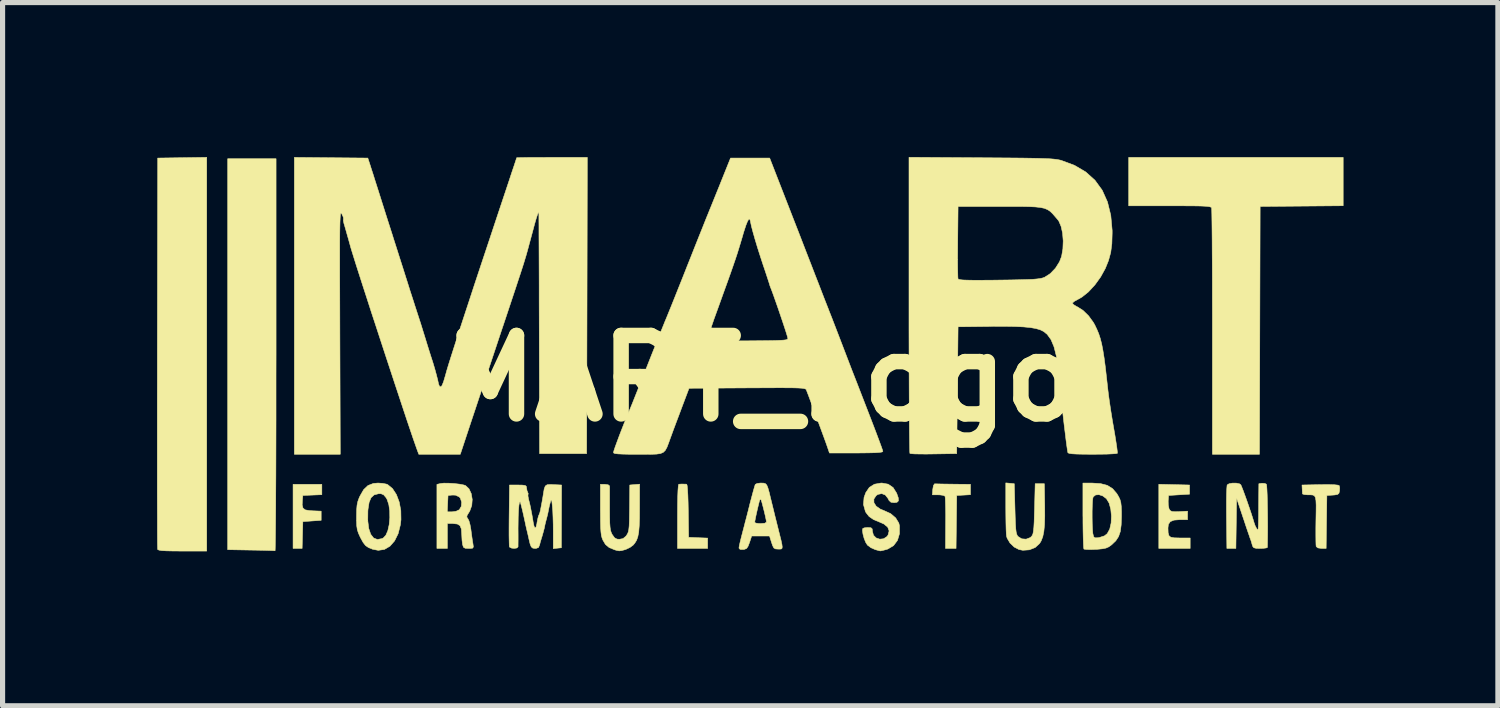
<source format=kicad_pcb>
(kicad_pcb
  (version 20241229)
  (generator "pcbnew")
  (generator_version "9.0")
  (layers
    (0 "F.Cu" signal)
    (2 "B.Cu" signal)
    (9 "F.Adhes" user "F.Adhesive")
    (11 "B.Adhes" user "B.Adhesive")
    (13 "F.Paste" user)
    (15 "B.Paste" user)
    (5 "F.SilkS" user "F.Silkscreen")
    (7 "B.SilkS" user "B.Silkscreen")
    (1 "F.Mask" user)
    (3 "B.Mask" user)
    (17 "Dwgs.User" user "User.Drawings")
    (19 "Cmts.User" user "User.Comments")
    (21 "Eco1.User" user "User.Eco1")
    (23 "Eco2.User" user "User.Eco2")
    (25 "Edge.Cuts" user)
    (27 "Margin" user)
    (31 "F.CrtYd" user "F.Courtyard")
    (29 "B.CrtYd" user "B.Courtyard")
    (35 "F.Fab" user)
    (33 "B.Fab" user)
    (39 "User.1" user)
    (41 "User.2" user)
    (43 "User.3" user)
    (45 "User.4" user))
  (footprint "MART_Logo"
    (layer "F.Cu")
    (at 11.735 4.3)
    (property "Reference" "MART_Logo" (at 0 0 0) (layer "F.SilkS") (effects (font (size 1.524 1.524) (thickness 0.3))))
    (attr through_hole)
    (fp_poly (pts (xy -8.534 2.258) (xy -8.903 2.273) (xy -8.911 2.359) (xy -8.916 2.458) (xy -8.9 2.519) (xy -8.856 2.553) (xy -8.775 2.567) (xy -8.718 2.571) (xy -8.547 2.578) (xy -8.547 2.756) (xy -8.903 2.781) (xy -8.917 3.302) (xy -9.093 3.302) (xy -9.093 2.057) (xy -8.534 2.057) (xy -8.534 2.258)) (stroke (width 0.01) (type solid)) (fill yes) (layer "F.SilkS"))
    (fp_poly (pts (xy -1.469 2.053) (xy -1.448 2.055) (xy -1.439 2.08) (xy -1.432 2.152) (xy -1.425 2.264) (xy -1.42 2.413) (xy -1.417 2.572) (xy -1.41 3.086) (xy -1.226 3.094) (xy -1.041 3.101) (xy -1.041 3.302) (xy -1.626 3.302) (xy -1.626 2.68) (xy -1.625 2.469) (xy -1.622 2.299) (xy -1.617 2.171) (xy -1.61 2.089) (xy -1.602 2.055) (xy -1.6 2.055) (xy -1.555 2.052) (xy -1.524 2.052) (xy -1.469 2.053)) (stroke (width 0.01) (type solid)) (fill yes) (layer "F.SilkS"))
    (fp_poly (pts (xy -9.423 -0.457) (xy -9.424 -0.022) (xy -9.424 0.4) (xy -9.424 0.804) (xy -9.425 1.189) (xy -9.426 1.552) (xy -9.427 1.889) (xy -9.429 2.198) (xy -9.43 2.476) (xy -9.432 2.721) (xy -9.434 2.93) (xy -9.436 3.099) (xy -9.438 3.227) (xy -9.44 3.31) (xy -9.442 3.346) (xy -9.442 3.347) (xy -9.473 3.345) (xy -9.546 3.342) (xy -9.652 3.339) (xy -9.784 3.336) (xy -9.912 3.334) (xy -10.363 3.326) (xy -10.363 -4.267) (xy -9.423 -4.267) (xy -9.423 -0.457)) (stroke (width 0.01) (type solid)) (fill yes) (layer "F.SilkS"))
    (fp_poly (pts (xy -10.77 3.353) (xy -11.24 3.353) (xy -11.418 3.352) (xy -11.55 3.349) (xy -11.641 3.344) (xy -11.696 3.335) (xy -11.721 3.324) (xy -11.723 3.321) (xy -11.724 3.292) (xy -11.726 3.216) (xy -11.727 3.094) (xy -11.728 2.93) (xy -11.728 2.726) (xy -11.729 2.486) (xy -11.73 2.212) (xy -11.73 1.906) (xy -11.73 1.573) (xy -11.73 1.214) (xy -11.73 0.832) (xy -11.73 0.43) (xy -11.729 0.012) (xy -11.729 -0.421) (xy -11.729 -0.495) (xy -11.722 -4.28) (xy -11.246 -4.287) (xy -10.77 -4.294) (xy -10.77 3.353)) (stroke (width 0.01) (type solid)) (fill yes) (layer "F.SilkS"))
    (fp_poly (pts (xy 3.408 2.048) (xy 3.484 2.05) (xy 3.59 2.052) (xy 3.715 2.053) (xy 3.734 2.054) (xy 4.064 2.057) (xy 4.064 2.258) (xy 3.931 2.266) (xy 3.797 2.273) (xy 3.784 3.302) (xy 3.579 3.302) (xy 3.582 2.808) (xy 3.583 2.653) (xy 3.581 2.516) (xy 3.578 2.404) (xy 3.575 2.325) (xy 3.57 2.288) (xy 3.569 2.287) (xy 3.536 2.271) (xy 3.471 2.262) (xy 3.439 2.261) (xy 3.324 2.261) (xy 3.332 2.153) (xy 3.345 2.08) (xy 3.366 2.048) (xy 3.372 2.047) (xy 3.408 2.048)) (stroke (width 0.01) (type solid)) (fill yes) (layer "F.SilkS"))
    (fp_poly (pts (xy 8.02 2.063) (xy 8.319 2.07) (xy 8.319 2.248) (xy 7.912 2.273) (xy 7.904 2.38) (xy 7.906 2.461) (xy 7.92 2.529) (xy 7.925 2.541) (xy 7.947 2.57) (xy 7.98 2.585) (xy 8.039 2.589) (xy 8.117 2.587) (xy 8.281 2.578) (xy 8.28 2.743) (xy 8.13 2.743) (xy 8.017 2.752) (xy 7.945 2.781) (xy 7.908 2.835) (xy 7.9 2.904) (xy 7.903 2.996) (xy 7.918 3.053) (xy 7.954 3.084) (xy 8.022 3.096) (xy 8.131 3.099) (xy 8.131 3.099) (xy 8.331 3.099) (xy 8.331 3.302) (xy 7.722 3.302) (xy 7.722 2.056) (xy 8.02 2.063)) (stroke (width 0.01) (type solid)) (fill yes) (layer "F.SilkS"))
    (fp_poly (pts (xy 11.303 -3.354) (xy 9.69 -3.34) (xy 9.677 1.473) (xy 8.763 1.473) (xy 8.763 -0.9) (xy 8.763 -1.243) (xy 8.762 -1.572) (xy 8.762 -1.884) (xy 8.761 -2.175) (xy 8.759 -2.44) (xy 8.758 -2.677) (xy 8.756 -2.882) (xy 8.754 -3.052) (xy 8.752 -3.182) (xy 8.75 -3.269) (xy 8.748 -3.31) (xy 8.748 -3.313) (xy 8.738 -3.324) (xy 8.717 -3.333) (xy 8.679 -3.34) (xy 8.618 -3.345) (xy 8.53 -3.349) (xy 8.409 -3.351) (xy 8.25 -3.352) (xy 8.048 -3.353) (xy 7.935 -3.353) (xy 7.137 -3.353) (xy 7.137 -4.293) (xy 11.303 -4.293) (xy 11.303 -3.354)) (stroke (width 0.01) (type solid)) (fill yes) (layer "F.SilkS"))
    (fp_poly (pts (xy 11.133 2.065) (xy 11.204 2.073) (xy 11.227 2.083) (xy 11.235 2.125) (xy 11.232 2.184) (xy 11.221 2.23) (xy 11.195 2.253) (xy 11.139 2.263) (xy 11.103 2.266) (xy 10.986 2.273) (xy 10.972 3.302) (xy 10.883 3.302) (xy 10.813 3.292) (xy 10.779 3.266) (xy 10.775 3.23) (xy 10.773 3.152) (xy 10.772 3.04) (xy 10.772 2.904) (xy 10.774 2.758) (xy 10.777 2.587) (xy 10.778 2.461) (xy 10.774 2.372) (xy 10.764 2.314) (xy 10.745 2.281) (xy 10.715 2.265) (xy 10.673 2.261) (xy 10.616 2.261) (xy 10.615 2.261) (xy 10.552 2.256) (xy 10.516 2.245) (xy 10.513 2.242) (xy 10.51 2.205) (xy 10.507 2.146) (xy 10.503 2.07) (xy 10.857 2.063) (xy 11.016 2.062) (xy 11.133 2.065)) (stroke (width 0.01) (type solid)) (fill yes) (layer "F.SilkS"))
    (fp_poly (pts (xy 4.832 2.037) (xy 4.915 2.045) (xy 4.928 2.531) (xy 4.933 2.702) (xy 4.938 2.831) (xy 4.944 2.923) (xy 4.952 2.986) (xy 4.963 3.028) (xy 4.977 3.057) (xy 4.989 3.071) (xy 5.059 3.115) (xy 5.144 3.122) (xy 5.223 3.092) (xy 5.248 3.071) (xy 5.265 3.047) (xy 5.278 3.014) (xy 5.287 2.965) (xy 5.295 2.892) (xy 5.301 2.787) (xy 5.305 2.644) (xy 5.309 2.531) (xy 5.321 2.045) (xy 5.499 2.045) (xy 5.506 2.464) (xy 5.507 2.675) (xy 5.502 2.842) (xy 5.489 2.973) (xy 5.468 3.075) (xy 5.437 3.155) (xy 5.407 3.205) (xy 5.321 3.284) (xy 5.208 3.329) (xy 5.081 3.338) (xy 5.005 3.323) (xy 4.913 3.275) (xy 4.831 3.196) (xy 4.776 3.102) (xy 4.765 3.065) (xy 4.76 3.017) (xy 4.756 2.927) (xy 4.753 2.805) (xy 4.751 2.661) (xy 4.75 2.51) (xy 4.75 2.029) (xy 4.832 2.037)) (stroke (width 0.01) (type solid)) (fill yes) (layer "F.SilkS"))
    (fp_poly (pts (xy -2.363 2.519) (xy -2.364 2.716) (xy -2.37 2.868) (xy -2.38 2.986) (xy -2.397 3.075) (xy -2.421 3.143) (xy -2.455 3.198) (xy -2.485 3.235) (xy -2.548 3.282) (xy -2.628 3.32) (xy -2.639 3.324) (xy -2.711 3.344) (xy -2.759 3.349) (xy -2.809 3.34) (xy -2.846 3.329) (xy -2.953 3.285) (xy -3.025 3.225) (xy -3.075 3.141) (xy -3.092 3.098) (xy -3.105 3.048) (xy -3.113 2.984) (xy -3.119 2.897) (xy -3.122 2.779) (xy -3.123 2.622) (xy -3.124 2.546) (xy -3.124 2.057) (xy -3.035 2.057) (xy -2.972 2.066) (xy -2.946 2.088) (xy -2.946 2.089) (xy -2.945 2.124) (xy -2.945 2.201) (xy -2.945 2.31) (xy -2.945 2.441) (xy -2.945 2.534) (xy -2.944 2.691) (xy -2.942 2.806) (xy -2.936 2.889) (xy -2.928 2.947) (xy -2.914 2.991) (xy -2.896 3.03) (xy -2.892 3.035) (xy -2.848 3.096) (xy -2.8 3.121) (xy -2.755 3.124) (xy -2.684 3.111) (xy -2.629 3.065) (xy -2.616 3.048) (xy -2.597 3.017) (xy -2.582 2.982) (xy -2.572 2.934) (xy -2.565 2.865) (xy -2.561 2.767) (xy -2.559 2.632) (xy -2.557 2.521) (xy -2.553 2.07) (xy -2.457 2.062) (xy -2.362 2.054) (xy -2.363 2.519)) (stroke (width 0.01) (type solid)) (fill yes) (layer "F.SilkS"))
    (fp_poly (pts (xy -7.356 2.038) (xy -7.282 2.052) (xy -7.257 2.061) (xy -7.162 2.139) (xy -7.086 2.255) (xy -7.031 2.401) (xy -7 2.567) (xy -6.997 2.743) (xy -7.008 2.841) (xy -7.052 3.015) (xy -7.121 3.155) (xy -7.211 3.258) (xy -7.318 3.321) (xy -7.438 3.339) (xy -7.55 3.317) (xy -7.63 3.284) (xy -7.686 3.245) (xy -7.732 3.186) (xy -7.782 3.095) (xy -7.791 3.077) (xy -7.824 3.004) (xy -7.845 2.939) (xy -7.856 2.866) (xy -7.86 2.769) (xy -7.86 2.762) (xy -7.642 2.762) (xy -7.623 2.914) (xy -7.585 3.027) (xy -7.528 3.1) (xy -7.455 3.128) (xy -7.366 3.111) (xy -7.341 3.099) (xy -7.291 3.046) (xy -7.252 2.956) (xy -7.226 2.839) (xy -7.214 2.709) (xy -7.216 2.576) (xy -7.233 2.453) (xy -7.266 2.352) (xy -7.287 2.315) (xy -7.334 2.26) (xy -7.383 2.24) (xy -7.436 2.24) (xy -7.519 2.262) (xy -7.578 2.316) (xy -7.616 2.407) (xy -7.637 2.54) (xy -7.64 2.574) (xy -7.642 2.762) (xy -7.86 2.762) (xy -7.86 2.68) (xy -7.858 2.553) (xy -7.85 2.46) (xy -7.834 2.386) (xy -7.807 2.313) (xy -7.793 2.284) (xy -7.722 2.16) (xy -7.638 2.08) (xy -7.535 2.04) (xy -7.443 2.032) (xy -7.356 2.038)) (stroke (width 0.01) (type solid)) (fill yes) (layer "F.SilkS"))
    (fp_poly (pts (xy -6.068 2.035) (xy -5.959 2.042) (xy -5.856 2.054) (xy -5.775 2.07) (xy -5.743 2.081) (xy -5.676 2.144) (xy -5.632 2.238) (xy -5.613 2.351) (xy -5.622 2.467) (xy -5.66 2.573) (xy -5.674 2.597) (xy -5.711 2.656) (xy -5.719 2.692) (xy -5.701 2.721) (xy -5.698 2.724) (xy -5.676 2.767) (xy -5.655 2.844) (xy -5.638 2.94) (xy -5.637 2.949) (xy -5.623 3.055) (xy -5.609 3.152) (xy -5.598 3.219) (xy -5.598 3.219) (xy -5.591 3.272) (xy -5.604 3.296) (xy -5.65 3.302) (xy -5.684 3.302) (xy -5.75 3.298) (xy -5.783 3.279) (xy -5.799 3.232) (xy -5.801 3.223) (xy -5.811 3.145) (xy -5.816 3.052) (xy -5.817 3.03) (xy -5.824 2.925) (xy -5.85 2.86) (xy -5.901 2.828) (xy -5.983 2.819) (xy -6.096 2.819) (xy -6.096 3.302) (xy -6.299 3.302) (xy -6.299 2.591) (xy -6.098 2.591) (xy -6.004 2.591) (xy -5.927 2.58) (xy -5.867 2.552) (xy -5.863 2.549) (xy -5.825 2.484) (xy -5.819 2.403) (xy -5.843 2.328) (xy -5.865 2.301) (xy -5.938 2.267) (xy -5.998 2.265) (xy -6.083 2.273) (xy -6.091 2.432) (xy -6.098 2.591) (xy -6.299 2.591) (xy -6.299 2.058) (xy -6.233 2.042) (xy -6.165 2.034) (xy -6.068 2.035)) (stroke (width 0.01) (type solid)) (fill yes) (layer "F.SilkS"))
    (fp_poly (pts (xy 6.591 2.043) (xy 6.722 2.077) (xy 6.824 2.141) (xy 6.907 2.238) (xy 6.943 2.299) (xy 6.968 2.352) (xy 6.984 2.41) (xy 6.993 2.485) (xy 6.997 2.59) (xy 6.997 2.68) (xy 6.991 2.846) (xy 6.974 2.974) (xy 6.94 3.072) (xy 6.887 3.153) (xy 6.811 3.226) (xy 6.803 3.233) (xy 6.75 3.271) (xy 6.696 3.295) (xy 6.626 3.309) (xy 6.524 3.319) (xy 6.498 3.32) (xy 6.399 3.324) (xy 6.319 3.322) (xy 6.273 3.316) (xy 6.267 3.313) (xy 6.262 3.283) (xy 6.258 3.21) (xy 6.254 3.1) (xy 6.251 2.96) (xy 6.249 2.798) (xy 6.249 2.706) (xy 6.427 2.706) (xy 6.429 2.828) (xy 6.434 2.934) (xy 6.44 3.009) (xy 6.443 3.022) (xy 6.456 3.074) (xy 6.48 3.095) (xy 6.531 3.095) (xy 6.563 3.091) (xy 6.666 3.058) (xy 6.721 3.014) (xy 6.769 2.926) (xy 6.796 2.807) (xy 6.802 2.673) (xy 6.789 2.54) (xy 6.757 2.422) (xy 6.705 2.336) (xy 6.635 2.283) (xy 6.56 2.258) (xy 6.494 2.263) (xy 6.45 2.299) (xy 6.442 2.318) (xy 6.435 2.372) (xy 6.43 2.464) (xy 6.427 2.58) (xy 6.427 2.706) (xy 6.249 2.706) (xy 6.248 2.663) (xy 6.248 2.032) (xy 6.422 2.032) (xy 6.591 2.043)) (stroke (width 0.01) (type solid)) (fill yes) (layer "F.SilkS"))
    (fp_poly (pts (xy 9.228 2.034) (xy 9.289 2.047) (xy 9.314 2.064) (xy 9.33 2.1) (xy 9.359 2.174) (xy 9.396 2.274) (xy 9.437 2.389) (xy 9.478 2.508) (xy 9.516 2.62) (xy 9.546 2.714) (xy 9.566 2.779) (xy 9.57 2.794) (xy 9.595 2.865) (xy 9.618 2.908) (xy 9.631 2.928) (xy 9.641 2.939) (xy 9.648 2.935) (xy 9.653 2.911) (xy 9.656 2.86) (xy 9.658 2.777) (xy 9.66 2.656) (xy 9.661 2.49) (xy 9.661 2.464) (xy 9.665 2.045) (xy 9.725 2.036) (xy 9.782 2.04) (xy 9.811 2.054) (xy 9.817 2.084) (xy 9.822 2.156) (xy 9.827 2.264) (xy 9.83 2.397) (xy 9.833 2.549) (xy 9.835 2.711) (xy 9.836 2.875) (xy 9.835 3.033) (xy 9.833 3.176) (xy 9.831 3.283) (xy 9.807 3.293) (xy 9.748 3.3) (xy 9.693 3.302) (xy 9.613 3.3) (xy 9.569 3.289) (xy 9.547 3.264) (xy 9.536 3.232) (xy 9.52 3.175) (xy 9.509 3.14) (xy 9.495 3.103) (xy 9.493 3.099) (xy 9.481 3.062) (xy 9.455 2.987) (xy 9.419 2.882) (xy 9.378 2.758) (xy 9.356 2.693) (xy 9.233 2.326) (xy 9.226 2.814) (xy 9.219 3.302) (xy 9.044 3.302) (xy 9.037 2.703) (xy 9.036 2.532) (xy 9.036 2.377) (xy 9.038 2.246) (xy 9.042 2.145) (xy 9.047 2.084) (xy 9.05 2.068) (xy 9.088 2.045) (xy 9.154 2.033) (xy 9.228 2.034)) (stroke (width 0.01) (type solid)) (fill yes) (layer "F.SilkS"))
    (fp_poly (pts (xy 2.466 2.054) (xy 2.561 2.119) (xy 2.629 2.227) (xy 2.63 2.228) (xy 2.662 2.32) (xy 2.665 2.378) (xy 2.636 2.406) (xy 2.583 2.413) (xy 2.52 2.405) (xy 2.482 2.37) (xy 2.462 2.33) (xy 2.41 2.264) (xy 2.34 2.237) (xy 2.265 2.253) (xy 2.233 2.275) (xy 2.188 2.342) (xy 2.189 2.413) (xy 2.232 2.481) (xy 2.313 2.538) (xy 2.382 2.566) (xy 2.512 2.625) (xy 2.611 2.709) (xy 2.672 2.809) (xy 2.685 2.862) (xy 2.685 3.016) (xy 2.646 3.146) (xy 2.57 3.247) (xy 2.46 3.313) (xy 2.426 3.324) (xy 2.36 3.341) (xy 2.317 3.35) (xy 2.311 3.35) (xy 2.281 3.343) (xy 2.222 3.327) (xy 2.21 3.323) (xy 2.131 3.288) (xy 2.064 3.238) (xy 2.063 3.237) (xy 2.029 3.184) (xy 1.998 3.106) (xy 1.976 3.023) (xy 1.966 2.953) (xy 1.972 2.915) (xy 2.003 2.902) (xy 2.063 2.896) (xy 2.072 2.896) (xy 2.131 2.9) (xy 2.155 2.922) (xy 2.159 2.968) (xy 2.18 3.046) (xy 2.232 3.098) (xy 2.303 3.122) (xy 2.377 3.114) (xy 2.442 3.071) (xy 2.463 3.042) (xy 2.484 2.961) (xy 2.457 2.889) (xy 2.384 2.828) (xy 2.31 2.795) (xy 2.182 2.742) (xy 2.095 2.682) (xy 2.036 2.607) (xy 2.023 2.583) (xy 1.986 2.45) (xy 1.997 2.311) (xy 2.031 2.218) (xy 2.1 2.116) (xy 2.198 2.055) (xy 2.328 2.032) (xy 2.345 2.032) (xy 2.466 2.054)) (stroke (width 0.01) (type solid)) (fill yes) (layer "F.SilkS"))
    (fp_poly (pts (xy 0.048 2.034) (xy 0.082 2.044) (xy 0.108 2.072) (xy 0.13 2.126) (xy 0.155 2.214) (xy 0.178 2.311) (xy 0.202 2.408) (xy 0.234 2.538) (xy 0.27 2.686) (xy 0.308 2.837) (xy 0.316 2.87) (xy 0.356 3.029) (xy 0.385 3.144) (xy 0.402 3.224) (xy 0.408 3.274) (xy 0.403 3.302) (xy 0.388 3.313) (xy 0.362 3.315) (xy 0.33 3.315) (xy 0.277 3.311) (xy 0.245 3.293) (xy 0.221 3.247) (xy 0.201 3.188) (xy 0.161 3.061) (xy -0.186 3.061) (xy -0.228 3.188) (xy -0.257 3.263) (xy -0.285 3.303) (xy -0.325 3.319) (xy -0.351 3.323) (xy -0.41 3.321) (xy -0.431 3.298) (xy -0.432 3.291) (xy -0.426 3.251) (xy -0.409 3.174) (xy -0.384 3.074) (xy -0.366 3.004) (xy -0.333 2.878) (xy -0.312 2.796) (xy -0.127 2.796) (xy -0.104 2.81) (xy -0.047 2.818) (xy -0.013 2.819) (xy 0.067 2.813) (xy 0.1 2.793) (xy 0.101 2.788) (xy 0.095 2.747) (xy 0.08 2.675) (xy 0.059 2.586) (xy 0.036 2.495) (xy 0.015 2.415) (xy -0.002 2.36) (xy -0.009 2.345) (xy -0.024 2.355) (xy -0.035 2.379) (xy -0.049 2.435) (xy -0.069 2.517) (xy -0.09 2.609) (xy -0.109 2.697) (xy -0.122 2.764) (xy -0.127 2.796) (xy -0.312 2.796) (xy -0.293 2.724) (xy -0.251 2.561) (xy -0.216 2.42) (xy -0.183 2.295) (xy -0.154 2.187) (xy -0.131 2.106) (xy -0.117 2.062) (xy -0.115 2.058) (xy -0.081 2.041) (xy -0.018 2.032) (xy -0.001 2.032) (xy 0.048 2.034)) (stroke (width 0.01) (type solid)) (fill yes) (layer "F.SilkS"))
    (fp_poly (pts (xy -4.032 2.063) (xy -3.878 2.07) (xy -3.88 2.68) (xy -3.882 3.289) (xy -3.96 3.297) (xy -4.039 3.305) (xy -4.039 2.977) (xy -4.04 2.835) (xy -4.044 2.694) (xy -4.049 2.571) (xy -4.056 2.487) (xy -4.065 2.402) (xy -4.073 2.363) (xy -4.082 2.363) (xy -4.094 2.398) (xy -4.095 2.4) (xy -4.117 2.485) (xy -4.131 2.553) (xy -4.146 2.629) (xy -4.168 2.717) (xy -4.172 2.731) (xy -4.19 2.8) (xy -4.202 2.85) (xy -4.203 2.857) (xy -4.214 2.911) (xy -4.235 2.99) (xy -4.258 3.071) (xy -4.267 3.099) (xy -4.29 3.175) (xy -4.304 3.232) (xy -4.326 3.284) (xy -4.372 3.301) (xy -4.392 3.302) (xy -4.437 3.296) (xy -4.467 3.271) (xy -4.489 3.216) (xy -4.511 3.124) (xy -4.521 3.077) (xy -4.538 3.004) (xy -4.546 2.972) (xy -4.565 2.891) (xy -4.58 2.823) (xy -4.583 2.807) (xy -4.611 2.679) (xy -4.637 2.564) (xy -4.66 2.472) (xy -4.676 2.412) (xy -4.683 2.395) (xy -4.695 2.406) (xy -4.706 2.463) (xy -4.714 2.559) (xy -4.72 2.688) (xy -4.722 2.844) (xy -4.723 2.908) (xy -4.722 3.035) (xy -4.722 3.144) (xy -4.723 3.225) (xy -4.723 3.268) (xy -4.723 3.27) (xy -4.745 3.293) (xy -4.794 3.301) (xy -4.848 3.296) (xy -4.886 3.277) (xy -4.891 3.27) (xy -4.894 3.236) (xy -4.896 3.159) (xy -4.898 3.047) (xy -4.898 2.906) (xy -4.897 2.746) (xy -4.896 2.654) (xy -4.889 2.07) (xy -4.724 2.07) (xy -4.635 2.072) (xy -4.585 2.079) (xy -4.564 2.095) (xy -4.559 2.121) (xy -4.549 2.18) (xy -4.538 2.205) (xy -4.525 2.241) (xy -4.529 2.251) (xy -4.531 2.282) (xy -4.52 2.341) (xy -4.516 2.357) (xy -4.496 2.436) (xy -4.481 2.503) (xy -4.48 2.508) (xy -4.466 2.583) (xy -4.458 2.623) (xy -4.447 2.684) (xy -4.433 2.766) (xy -4.43 2.788) (xy -4.412 2.871) (xy -4.393 2.904) (xy -4.374 2.887) (xy -4.357 2.82) (xy -4.355 2.801) (xy -4.34 2.724) (xy -4.325 2.668) (xy -4.318 2.654) (xy -4.302 2.615) (xy -4.285 2.547) (xy -4.282 2.527) (xy -4.267 2.449) (xy -4.255 2.384) (xy -4.254 2.375) (xy -4.243 2.314) (xy -4.231 2.239) (xy -4.215 2.144) (xy -4.194 2.09) (xy -4.158 2.065) (xy -4.094 2.06) (xy -4.032 2.063)) (stroke (width 0.01) (type solid)) (fill yes) (layer "F.SilkS"))
    (fp_poly (pts (xy -7.641 -4.28) (xy -7.595 -4.14) (xy -7.573 -4.07) (xy -7.538 -3.963) (xy -7.496 -3.829) (xy -7.448 -3.679) (xy -7.405 -3.543) (xy -7.348 -3.363) (xy -7.285 -3.164) (xy -7.222 -2.967) (xy -7.165 -2.789) (xy -7.139 -2.705) (xy -7.088 -2.546) (xy -7.028 -2.357) (xy -6.964 -2.157) (xy -6.903 -1.964) (xy -6.872 -1.867) (xy -6.821 -1.704) (xy -6.768 -1.541) (xy -6.72 -1.391) (xy -6.679 -1.265) (xy -6.656 -1.194) (xy -6.613 -1.062) (xy -6.566 -0.91) (xy -6.522 -0.769) (xy -6.516 -0.749) (xy -6.481 -0.635) (xy -6.447 -0.526) (xy -6.42 -0.441) (xy -6.413 -0.419) (xy -6.377 -0.308) (xy -6.341 -0.187) (xy -6.309 -0.07) (xy -6.284 0.028) (xy -6.27 0.095) (xy -6.269 0.102) (xy -6.251 0.149) (xy -6.226 0.165) (xy -6.201 0.14) (xy -6.171 0.067) (xy -6.135 -0.054) (xy -6.129 -0.076) (xy -6.108 -0.152) (xy -6.074 -0.265) (xy -6.026 -0.418) (xy -5.964 -0.612) (xy -5.889 -0.846) (xy -5.799 -1.122) (xy -5.694 -1.441) (xy -5.575 -1.804) (xy -5.44 -2.211) (xy -5.289 -2.664) (xy -5.123 -3.164) (xy -5.013 -3.493) (xy -4.95 -3.682) (xy -4.892 -3.856) (xy -4.842 -4.008) (xy -4.8 -4.132) (xy -4.77 -4.223) (xy -4.753 -4.276) (xy -4.75 -4.286) (xy -4.726 -4.288) (xy -4.657 -4.289) (xy -4.551 -4.291) (xy -4.413 -4.292) (xy -4.251 -4.292) (xy -4.071 -4.293) (xy -3.378 -4.293) (xy -3.384 -1.416) (xy -3.391 1.46) (xy -4.305 1.46) (xy -4.311 -0.838) (xy -4.312 -1.177) (xy -4.313 -1.502) (xy -4.313 -1.809) (xy -4.314 -2.096) (xy -4.315 -2.358) (xy -4.316 -2.591) (xy -4.317 -2.792) (xy -4.317 -2.957) (xy -4.318 -3.083) (xy -4.318 -3.165) (xy -4.319 -3.2) (xy -4.319 -3.2) (xy -4.322 -3.223) (xy -4.332 -3.216) (xy -4.347 -3.178) (xy -4.371 -3.104) (xy -4.404 -2.99) (xy -4.446 -2.833) (xy -4.484 -2.692) (xy -4.507 -2.607) (xy -4.527 -2.532) (xy -4.546 -2.463) (xy -4.565 -2.395) (xy -4.587 -2.323) (xy -4.611 -2.243) (xy -4.641 -2.149) (xy -4.677 -2.038) (xy -4.721 -1.905) (xy -4.774 -1.744) (xy -4.838 -1.552) (xy -4.914 -1.323) (xy -5.004 -1.053) (xy -5.055 -0.902) (xy -5.141 -0.643) (xy -5.23 -0.376) (xy -5.319 -0.109) (xy -5.405 0.149) (xy -5.485 0.389) (xy -5.556 0.603) (xy -5.616 0.782) (xy -5.641 0.857) (xy -5.845 1.473) (xy -6.651 1.473) (xy -6.691 1.365) (xy -6.719 1.285) (xy -6.762 1.163) (xy -6.816 1.003) (xy -6.881 0.811) (xy -6.954 0.591) (xy -7.034 0.349) (xy -7.12 0.09) (xy -7.209 -0.181) (xy -7.301 -0.46) (xy -7.393 -0.741) (xy -7.484 -1.02) (xy -7.573 -1.29) (xy -7.656 -1.548) (xy -7.734 -1.788) (xy -7.804 -2.006) (xy -7.865 -2.196) (xy -7.914 -2.353) (xy -7.951 -2.472) (xy -7.974 -2.548) (xy -7.975 -2.553) (xy -8.013 -2.69) (xy -8.049 -2.816) (xy -8.078 -2.919) (xy -8.098 -2.988) (xy -8.104 -3.006) (xy -8.117 -3.065) (xy -8.114 -3.1) (xy -8.118 -3.134) (xy -8.143 -3.188) (xy -8.146 -3.195) (xy -8.154 -3.206) (xy -8.161 -3.21) (xy -8.167 -3.205) (xy -8.172 -3.187) (xy -8.176 -3.154) (xy -8.179 -3.102) (xy -8.182 -3.029) (xy -8.184 -2.932) (xy -8.186 -2.808) (xy -8.187 -2.653) (xy -8.187 -2.466) (xy -8.187 -2.243) (xy -8.187 -1.98) (xy -8.186 -1.676) (xy -8.185 -1.328) (xy -8.184 -0.931) (xy -8.184 -0.898) (xy -8.176 1.473) (xy -9.068 1.473) (xy -9.068 -4.293) (xy -7.641 -4.28)) (stroke (width 0.01) (type solid)) (fill yes) (layer "F.SilkS"))
    (fp_poly (pts (xy 4.274 -4.286) (xy 4.582 -4.284) (xy 4.843 -4.282) (xy 5.062 -4.28) (xy 5.244 -4.277) (xy 5.392 -4.274) (xy 5.511 -4.27) (xy 5.606 -4.266) (xy 5.68 -4.26) (xy 5.738 -4.253) (xy 5.784 -4.245) (xy 5.823 -4.236) (xy 5.829 -4.234) (xy 6.086 -4.138) (xy 6.303 -4.01) (xy 6.482 -3.849) (xy 6.623 -3.655) (xy 6.725 -3.428) (xy 6.789 -3.168) (xy 6.816 -2.874) (xy 6.816 -2.819) (xy 6.81 -2.617) (xy 6.788 -2.447) (xy 6.745 -2.29) (xy 6.683 -2.136) (xy 6.592 -1.971) (xy 6.48 -1.816) (xy 6.356 -1.682) (xy 6.229 -1.58) (xy 6.146 -1.533) (xy 6.085 -1.5) (xy 6.049 -1.47) (xy 6.045 -1.46) (xy 6.066 -1.434) (xy 6.119 -1.4) (xy 6.143 -1.389) (xy 6.25 -1.321) (xy 6.357 -1.217) (xy 6.448 -1.092) (xy 6.478 -1.04) (xy 6.519 -0.954) (xy 6.555 -0.868) (xy 6.585 -0.776) (xy 6.612 -0.671) (xy 6.636 -0.547) (xy 6.66 -0.398) (xy 6.684 -0.216) (xy 6.709 0.005) (xy 6.734 0.23) (xy 6.747 0.335) (xy 6.767 0.478) (xy 6.792 0.642) (xy 6.82 0.816) (xy 6.844 0.954) (xy 6.87 1.104) (xy 6.891 1.237) (xy 6.907 1.345) (xy 6.916 1.42) (xy 6.918 1.454) (xy 6.917 1.454) (xy 6.889 1.46) (xy 6.819 1.465) (xy 6.714 1.47) (xy 6.583 1.472) (xy 6.437 1.473) (xy 6.26 1.472) (xy 6.128 1.469) (xy 6.038 1.464) (xy 5.983 1.456) (xy 5.958 1.445) (xy 5.956 1.441) (xy 5.948 1.401) (xy 5.936 1.318) (xy 5.92 1.199) (xy 5.902 1.051) (xy 5.881 0.881) (xy 5.86 0.698) (xy 5.84 0.507) (xy 5.829 0.406) (xy 5.812 0.249) (xy 5.795 0.085) (xy 5.779 -0.067) (xy 5.766 -0.189) (xy 5.765 -0.2) (xy 5.733 -0.429) (xy 5.687 -0.613) (xy 5.628 -0.754) (xy 5.553 -0.857) (xy 5.483 -0.913) (xy 5.418 -0.945) (xy 5.335 -0.969) (xy 5.228 -0.988) (xy 5.093 -1.001) (xy 4.923 -1.009) (xy 4.714 -1.012) (xy 4.46 -1.011) (xy 4.445 -1.01) (xy 3.823 -1.003) (xy 3.797 1.46) (xy 3.351 1.467) (xy 3.206 1.469) (xy 3.078 1.468) (xy 2.976 1.466) (xy 2.91 1.461) (xy 2.888 1.457) (xy 2.885 1.43) (xy 2.883 1.355) (xy 2.881 1.236) (xy 2.879 1.075) (xy 2.877 0.877) (xy 2.876 0.645) (xy 2.874 0.38) (xy 2.873 0.088) (xy 2.872 -0.23) (xy 2.871 -0.569) (xy 2.87 -0.927) (xy 2.87 -1.3) (xy 2.87 -1.428) (xy 2.87 -2.305) (xy 3.814 -2.305) (xy 3.815 -2.161) (xy 3.817 -2.046) (xy 3.819 -1.969) (xy 3.822 -1.935) (xy 3.822 -1.935) (xy 3.834 -1.925) (xy 3.865 -1.918) (xy 3.918 -1.912) (xy 4 -1.909) (xy 4.115 -1.907) (xy 4.268 -1.907) (xy 4.464 -1.908) (xy 4.616 -1.91) (xy 4.842 -1.913) (xy 5.022 -1.917) (xy 5.163 -1.921) (xy 5.272 -1.925) (xy 5.354 -1.932) (xy 5.415 -1.94) (xy 5.461 -1.95) (xy 5.498 -1.963) (xy 5.504 -1.965) (xy 5.614 -2.036) (xy 5.715 -2.141) (xy 5.794 -2.267) (xy 5.834 -2.371) (xy 5.859 -2.517) (xy 5.865 -2.671) (xy 5.853 -2.821) (xy 5.824 -2.953) (xy 5.781 -3.054) (xy 5.764 -3.078) (xy 5.706 -3.146) (xy 5.657 -3.202) (xy 5.611 -3.246) (xy 5.56 -3.279) (xy 5.5 -3.304) (xy 5.424 -3.32) (xy 5.326 -3.331) (xy 5.2 -3.337) (xy 5.041 -3.34) (xy 4.842 -3.34) (xy 4.636 -3.34) (xy 3.823 -3.34) (xy 3.816 -2.655) (xy 3.815 -2.472) (xy 3.814 -2.305) (xy 2.87 -2.305) (xy 2.87 -4.295) (xy 4.274 -4.286)) (stroke (width 0.01) (type solid)) (fill yes) (layer "F.SilkS"))
    (fp_poly (pts (xy 0.451 -3.543) (xy 0.537 -3.322) (xy 0.631 -3.08) (xy 0.728 -2.832) (xy 0.821 -2.591) (xy 0.906 -2.372) (xy 0.969 -2.21) (xy 1.04 -2.026) (xy 1.113 -1.839) (xy 1.182 -1.66) (xy 1.244 -1.5) (xy 1.295 -1.371) (xy 1.314 -1.321) (xy 1.37 -1.179) (xy 1.429 -1.026) (xy 1.484 -0.883) (xy 1.516 -0.8) (xy 1.639 -0.479) (xy 1.759 -0.166) (xy 1.849 0.064) (xy 1.972 0.381) (xy 2.077 0.652) (xy 2.165 0.88) (xy 2.236 1.066) (xy 2.29 1.21) (xy 2.329 1.316) (xy 2.353 1.384) (xy 2.362 1.416) (xy 2.362 1.418) (xy 2.346 1.429) (xy 2.296 1.437) (xy 2.208 1.443) (xy 2.077 1.446) (xy 1.901 1.448) (xy 1.844 1.448) (xy 1.325 1.448) (xy 1.275 1.302) (xy 1.252 1.237) (xy 1.216 1.138) (xy 1.17 1.013) (xy 1.118 0.872) (xy 1.064 0.725) (xy 1.01 0.58) (xy 0.961 0.448) (xy 0.92 0.337) (xy 0.889 0.257) (xy 0.876 0.222) (xy 0.869 0.211) (xy 0.855 0.203) (xy 0.829 0.196) (xy 0.787 0.19) (xy 0.724 0.186) (xy 0.636 0.183) (xy 0.519 0.182) (xy 0.367 0.181) (xy 0.178 0.182) (xy -0.055 0.183) (xy -0.272 0.184) (xy -1.402 0.191) (xy -1.541 0.559) (xy -1.597 0.709) (xy -1.655 0.862) (xy -1.708 1.004) (xy -1.75 1.119) (xy -1.759 1.143) (xy -1.799 1.254) (xy -1.831 1.338) (xy -1.863 1.397) (xy -1.903 1.436) (xy -1.958 1.459) (xy -2.036 1.47) (xy -2.146 1.474) (xy -2.294 1.473) (xy -2.391 1.473) (xy -2.562 1.473) (xy -2.689 1.47) (xy -2.777 1.466) (xy -2.833 1.46) (xy -2.862 1.451) (xy -2.87 1.438) (xy -2.87 1.438) (xy -2.861 1.403) (xy -2.837 1.331) (xy -2.8 1.23) (xy -2.756 1.111) (xy -2.706 0.982) (xy -2.656 0.854) (xy -2.608 0.736) (xy -2.566 0.637) (xy -2.565 0.635) (xy -2.544 0.584) (xy -2.506 0.492) (xy -2.456 0.366) (xy -2.395 0.213) (xy -2.325 0.039) (xy -2.251 -0.149) (xy -2.21 -0.254) (xy -2.134 -0.446) (xy -2.061 -0.629) (xy -2.013 -0.749) (xy -1.041 -0.749) (xy -1.016 -0.741) (xy -0.941 -0.736) (xy -0.819 -0.731) (xy -0.649 -0.729) (xy -0.433 -0.729) (xy -0.26 -0.73) (xy -0.04 -0.732) (xy 0.134 -0.734) (xy 0.268 -0.736) (xy 0.367 -0.74) (xy 0.436 -0.744) (xy 0.48 -0.75) (xy 0.505 -0.758) (xy 0.516 -0.769) (xy 0.517 -0.781) (xy 0.508 -0.815) (xy 0.486 -0.888) (xy 0.453 -0.99) (xy 0.412 -1.113) (xy 0.367 -1.246) (xy 0.321 -1.381) (xy 0.276 -1.509) (xy 0.237 -1.62) (xy 0.206 -1.704) (xy 0.187 -1.753) (xy 0.168 -1.803) (xy 0.164 -1.818) (xy 0.154 -1.851) (xy 0.131 -1.922) (xy 0.098 -2.023) (xy 0.058 -2.143) (xy 0.043 -2.186) (xy -0.015 -2.363) (xy -0.071 -2.538) (xy -0.12 -2.701) (xy -0.161 -2.845) (xy -0.191 -2.959) (xy -0.207 -3.036) (xy -0.208 -3.043) (xy -0.22 -3.09) (xy -0.239 -3.095) (xy -0.265 -3.055) (xy -0.299 -2.97) (xy -0.342 -2.838) (xy -0.371 -2.737) (xy -0.403 -2.63) (xy -0.434 -2.528) (xy -0.466 -2.425) (xy -0.503 -2.313) (xy -0.546 -2.188) (xy -0.597 -2.042) (xy -0.659 -1.868) (xy -0.734 -1.661) (xy -0.823 -1.413) (xy -0.84 -1.366) (xy -0.917 -1.154) (xy -0.975 -0.984) (xy -1.015 -0.858) (xy -1.037 -0.777) (xy -1.041 -0.749) (xy -2.013 -0.749) (xy -1.996 -0.794) (xy -1.939 -0.935) (xy -1.894 -1.046) (xy -1.864 -1.121) (xy -1.854 -1.143) (xy -1.834 -1.192) (xy -1.797 -1.283) (xy -1.746 -1.408) (xy -1.684 -1.563) (xy -1.613 -1.741) (xy -1.535 -1.936) (xy -1.453 -2.143) (xy -1.447 -2.159) (xy -1.364 -2.367) (xy -1.286 -2.564) (xy -1.214 -2.745) (xy -1.15 -2.904) (xy -1.098 -3.035) (xy -1.06 -3.13) (xy -1.037 -3.186) (xy -1.036 -3.188) (xy -1.011 -3.251) (xy -0.97 -3.351) (xy -0.918 -3.48) (xy -0.859 -3.626) (xy -0.796 -3.781) (xy -0.79 -3.797) (xy -0.596 -4.28) (xy 0.164 -4.28) (xy 0.451 -3.543)) (stroke (width 0.01) (type solid)) (fill yes) (layer "F.SilkS")))
  (gr_rect
    (start -3 -3)
    (end 26.043 10.658)
    (stroke (width 0.1) (type default))
    (fill no)
    (layer "Edge.Cuts")))
</source>
